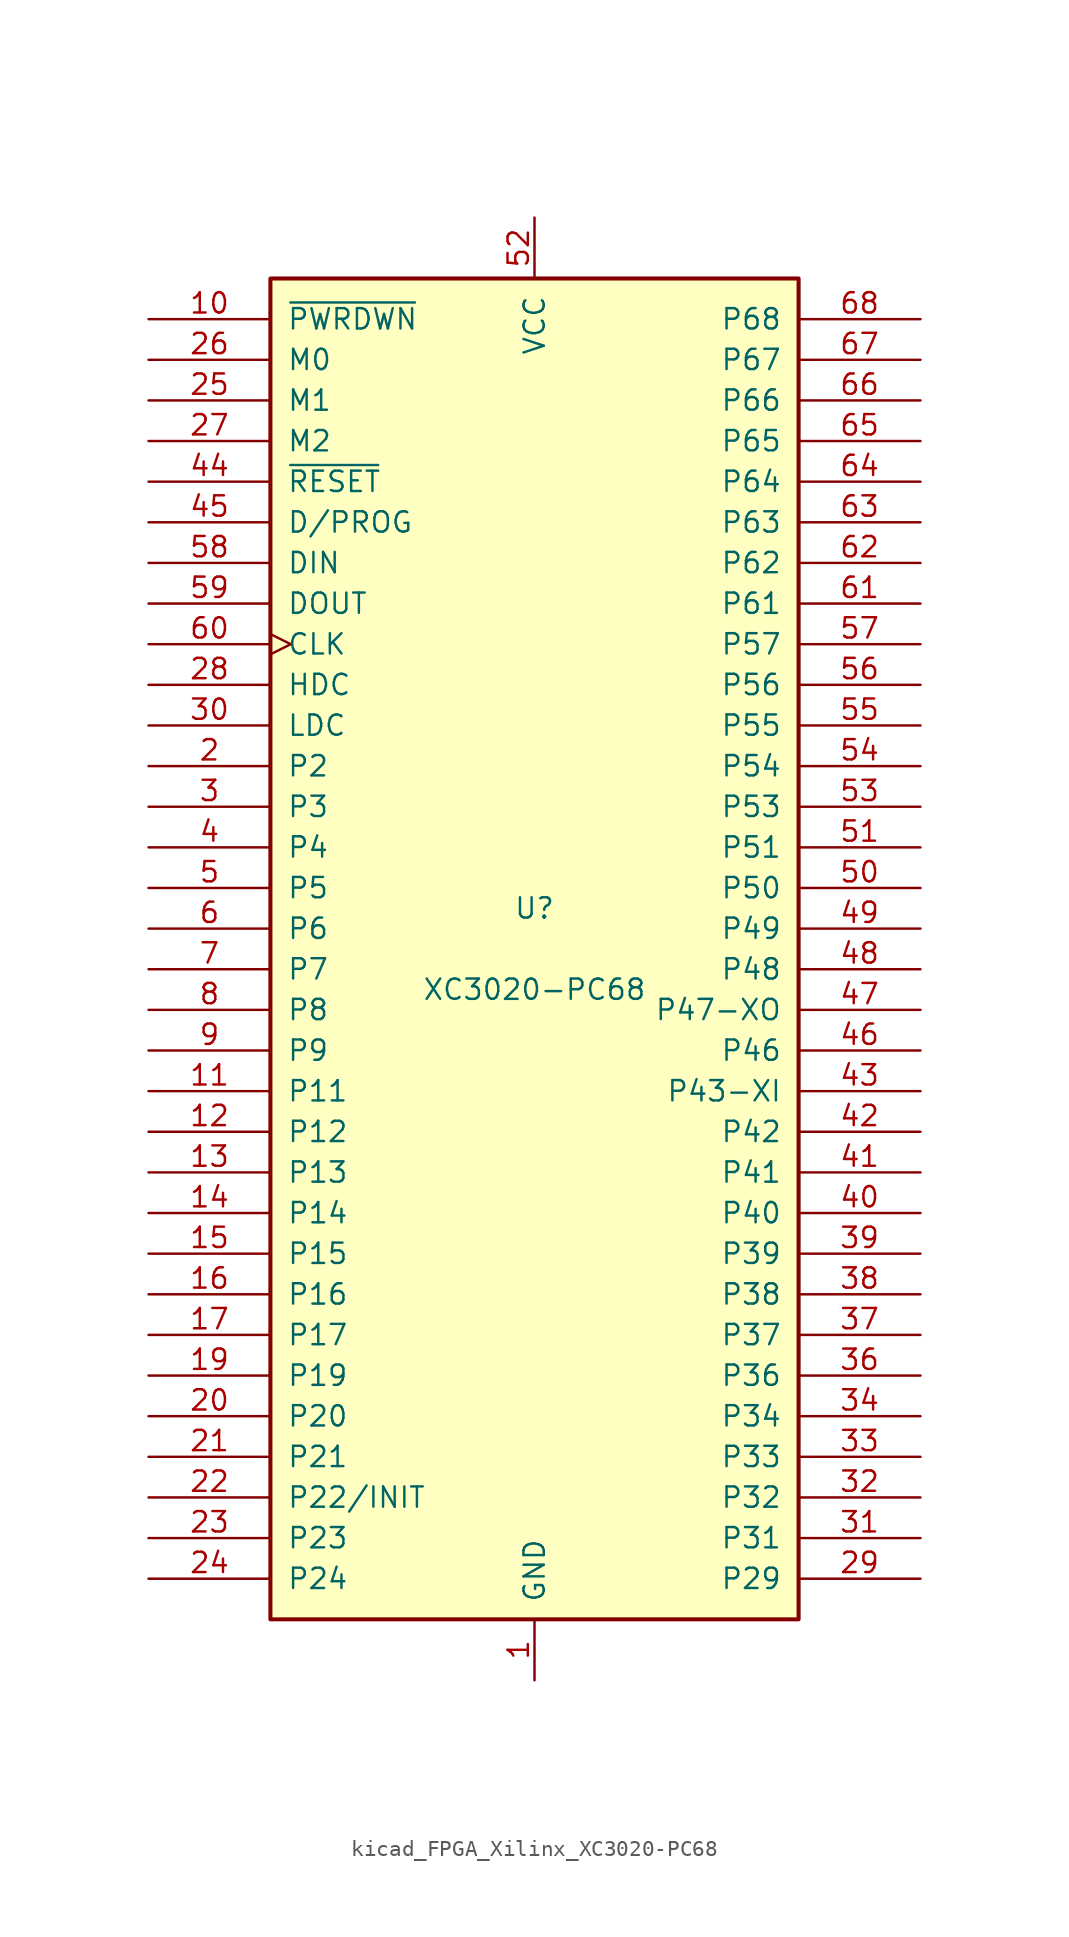
<source format=kicad_sym>
(kicad_symbol_lib
  (version 20220914)
  (generator kicad_symbol_editor)
  (symbol "kicad_FPGA_Xilinx_XC3020-PC68"
    (pin_names
      (offset 1.016))
    (property "Reference" "U"
      (at 0 2.54 0)
      (effects (font (size 1.27 1.27))))
    (property "Value" "XC3020-PC68"
      (at 0 -2.54 0)
      (effects (font (size 1.27 1.27))))
    (symbol "kicad_FPGA_Xilinx_XC3020-PC68_0_1"
      (rectangle (start -16.51 -41.91) (end 16.51 41.91) (stroke (width 0.254) (type default)) (fill (type background))))
    (symbol "kicad_FPGA_Xilinx_XC3020-PC68_1_1"
      (pin power_in line (at 0 -45.72 90) (length 3.81) (name "GND" (effects (font (size 1.27 1.27)))) (number "1" (effects (font (size 1.27 1.27)))))
      (pin input line (at -24.13 39.37 0) (length 7.62) (name "~{PWRDWN}" (effects (font (size 1.27 1.27)))) (number "10" (effects (font (size 1.27 1.27)))))
      (pin passive line (at -24.13 -8.89 0) (length 7.62) (name "P11" (effects (font (size 1.27 1.27)))) (number "11" (effects (font (size 1.27 1.27)))))
      (pin passive line (at -24.13 -11.43 0) (length 7.62) (name "P12" (effects (font (size 1.27 1.27)))) (number "12" (effects (font (size 1.27 1.27)))))
      (pin passive line (at -24.13 -13.97 0) (length 7.62) (name "P13" (effects (font (size 1.27 1.27)))) (number "13" (effects (font (size 1.27 1.27)))))
      (pin passive line (at -24.13 -16.51 0) (length 7.62) (name "P14" (effects (font (size 1.27 1.27)))) (number "14" (effects (font (size 1.27 1.27)))))
      (pin passive line (at -24.13 -19.05 0) (length 7.62) (name "P15" (effects (font (size 1.27 1.27)))) (number "15" (effects (font (size 1.27 1.27)))))
      (pin passive line (at -24.13 -21.59 0) (length 7.62) (name "P16" (effects (font (size 1.27 1.27)))) (number "16" (effects (font (size 1.27 1.27)))))
      (pin passive line (at -24.13 -24.13 0) (length 7.62) (name "P17" (effects (font (size 1.27 1.27)))) (number "17" (effects (font (size 1.27 1.27)))))
      (pin passive line (at 0 45.72 270) (length 3.81) hide (name "VCC" (effects (font (size 1.27 1.27)))) (number "18" (effects (font (size 1.27 1.27)))))
      (pin passive line (at -24.13 -26.67 0) (length 7.62) (name "P19" (effects (font (size 1.27 1.27)))) (number "19" (effects (font (size 1.27 1.27)))))
      (pin passive line (at -24.13 11.43 0) (length 7.62) (name "P2" (effects (font (size 1.27 1.27)))) (number "2" (effects (font (size 1.27 1.27)))))
      (pin passive line (at -24.13 -29.21 0) (length 7.62) (name "P20" (effects (font (size 1.27 1.27)))) (number "20" (effects (font (size 1.27 1.27)))))
      (pin passive line (at -24.13 -31.75 0) (length 7.62) (name "P21" (effects (font (size 1.27 1.27)))) (number "21" (effects (font (size 1.27 1.27)))))
      (pin passive line (at -24.13 -34.29 0) (length 7.62) (name "P22/INIT" (effects (font (size 1.27 1.27)))) (number "22" (effects (font (size 1.27 1.27)))))
      (pin passive line (at -24.13 -36.83 0) (length 7.62) (name "P23" (effects (font (size 1.27 1.27)))) (number "23" (effects (font (size 1.27 1.27)))))
      (pin passive line (at -24.13 -39.37 0) (length 7.62) (name "P24" (effects (font (size 1.27 1.27)))) (number "24" (effects (font (size 1.27 1.27)))))
      (pin input line (at -24.13 34.29 0) (length 7.62) (name "M1" (effects (font (size 1.27 1.27)))) (number "25" (effects (font (size 1.27 1.27)))))
      (pin input line (at -24.13 36.83 0) (length 7.62) (name "M0" (effects (font (size 1.27 1.27)))) (number "26" (effects (font (size 1.27 1.27)))))
      (pin bidirectional line (at -24.13 31.75 0) (length 7.62) (name "M2" (effects (font (size 1.27 1.27)))) (number "27" (effects (font (size 1.27 1.27)))))
      (pin output line (at -24.13 16.51 0) (length 7.62) (name "HDC" (effects (font (size 1.27 1.27)))) (number "28" (effects (font (size 1.27 1.27)))))
      (pin passive line (at 24.13 -39.37 180) (length 7.62) (name "P29" (effects (font (size 1.27 1.27)))) (number "29" (effects (font (size 1.27 1.27)))))
      (pin passive line (at -24.13 8.89 0) (length 7.62) (name "P3" (effects (font (size 1.27 1.27)))) (number "3" (effects (font (size 1.27 1.27)))))
      (pin output line (at -24.13 13.97 0) (length 7.62) (name "LDC" (effects (font (size 1.27 1.27)))) (number "30" (effects (font (size 1.27 1.27)))))
      (pin passive line (at 24.13 -36.83 180) (length 7.62) (name "P31" (effects (font (size 1.27 1.27)))) (number "31" (effects (font (size 1.27 1.27)))))
      (pin passive line (at 24.13 -34.29 180) (length 7.62) (name "P32" (effects (font (size 1.27 1.27)))) (number "32" (effects (font (size 1.27 1.27)))))
      (pin passive line (at 24.13 -31.75 180) (length 7.62) (name "P33" (effects (font (size 1.27 1.27)))) (number "33" (effects (font (size 1.27 1.27)))))
      (pin passive line (at 24.13 -29.21 180) (length 7.62) (name "P34" (effects (font (size 1.27 1.27)))) (number "34" (effects (font (size 1.27 1.27)))))
      (pin passive line (at 0 -45.72 90) (length 3.81) hide (name "GND" (effects (font (size 1.27 1.27)))) (number "35" (effects (font (size 1.27 1.27)))))
      (pin passive line (at 24.13 -26.67 180) (length 7.62) (name "P36" (effects (font (size 1.27 1.27)))) (number "36" (effects (font (size 1.27 1.27)))))
      (pin passive line (at 24.13 -24.13 180) (length 7.62) (name "P37" (effects (font (size 1.27 1.27)))) (number "37" (effects (font (size 1.27 1.27)))))
      (pin passive line (at 24.13 -21.59 180) (length 7.62) (name "P38" (effects (font (size 1.27 1.27)))) (number "38" (effects (font (size 1.27 1.27)))))
      (pin passive line (at 24.13 -19.05 180) (length 7.62) (name "P39" (effects (font (size 1.27 1.27)))) (number "39" (effects (font (size 1.27 1.27)))))
      (pin passive line (at -24.13 6.35 0) (length 7.62) (name "P4" (effects (font (size 1.27 1.27)))) (number "4" (effects (font (size 1.27 1.27)))))
      (pin passive line (at 24.13 -16.51 180) (length 7.62) (name "P40" (effects (font (size 1.27 1.27)))) (number "40" (effects (font (size 1.27 1.27)))))
      (pin passive line (at 24.13 -13.97 180) (length 7.62) (name "P41" (effects (font (size 1.27 1.27)))) (number "41" (effects (font (size 1.27 1.27)))))
      (pin passive line (at 24.13 -11.43 180) (length 7.62) (name "P42" (effects (font (size 1.27 1.27)))) (number "42" (effects (font (size 1.27 1.27)))))
      (pin passive line (at 24.13 -8.89 180) (length 7.62) (name "P43-XI" (effects (font (size 1.27 1.27)))) (number "43" (effects (font (size 1.27 1.27)))))
      (pin input line (at -24.13 29.21 0) (length 7.62) (name "~{RESET}" (effects (font (size 1.27 1.27)))) (number "44" (effects (font (size 1.27 1.27)))))
      (pin bidirectional line (at -24.13 26.67 0) (length 7.62) (name "D/PROG" (effects (font (size 1.27 1.27)))) (number "45" (effects (font (size 1.27 1.27)))))
      (pin passive line (at 24.13 -6.35 180) (length 7.62) (name "P46" (effects (font (size 1.27 1.27)))) (number "46" (effects (font (size 1.27 1.27)))))
      (pin passive line (at 24.13 -3.81 180) (length 7.62) (name "P47-XO" (effects (font (size 1.27 1.27)))) (number "47" (effects (font (size 1.27 1.27)))))
      (pin passive line (at 24.13 -1.27 180) (length 7.62) (name "P48" (effects (font (size 1.27 1.27)))) (number "48" (effects (font (size 1.27 1.27)))))
      (pin passive line (at 24.13 1.27 180) (length 7.62) (name "P49" (effects (font (size 1.27 1.27)))) (number "49" (effects (font (size 1.27 1.27)))))
      (pin passive line (at -24.13 3.81 0) (length 7.62) (name "P5" (effects (font (size 1.27 1.27)))) (number "5" (effects (font (size 1.27 1.27)))))
      (pin passive line (at 24.13 3.81 180) (length 7.62) (name "P50" (effects (font (size 1.27 1.27)))) (number "50" (effects (font (size 1.27 1.27)))))
      (pin passive line (at 24.13 6.35 180) (length 7.62) (name "P51" (effects (font (size 1.27 1.27)))) (number "51" (effects (font (size 1.27 1.27)))))
      (pin power_in line (at 0 45.72 270) (length 3.81) (name "VCC" (effects (font (size 1.27 1.27)))) (number "52" (effects (font (size 1.27 1.27)))))
      (pin passive line (at 24.13 8.89 180) (length 7.62) (name "P53" (effects (font (size 1.27 1.27)))) (number "53" (effects (font (size 1.27 1.27)))))
      (pin passive line (at 24.13 11.43 180) (length 7.62) (name "P54" (effects (font (size 1.27 1.27)))) (number "54" (effects (font (size 1.27 1.27)))))
      (pin passive line (at 24.13 13.97 180) (length 7.62) (name "P55" (effects (font (size 1.27 1.27)))) (number "55" (effects (font (size 1.27 1.27)))))
      (pin passive line (at 24.13 16.51 180) (length 7.62) (name "P56" (effects (font (size 1.27 1.27)))) (number "56" (effects (font (size 1.27 1.27)))))
      (pin passive line (at 24.13 19.05 180) (length 7.62) (name "P57" (effects (font (size 1.27 1.27)))) (number "57" (effects (font (size 1.27 1.27)))))
      (pin bidirectional line (at -24.13 24.13 0) (length 7.62) (name "DIN" (effects (font (size 1.27 1.27)))) (number "58" (effects (font (size 1.27 1.27)))))
      (pin bidirectional line (at -24.13 21.59 0) (length 7.62) (name "DOUT" (effects (font (size 1.27 1.27)))) (number "59" (effects (font (size 1.27 1.27)))))
      (pin passive line (at -24.13 1.27 0) (length 7.62) (name "P6" (effects (font (size 1.27 1.27)))) (number "6" (effects (font (size 1.27 1.27)))))
      (pin input clock (at -24.13 19.05 0) (length 7.62) (name "CLK" (effects (font (size 1.27 1.27)))) (number "60" (effects (font (size 1.27 1.27)))))
      (pin passive line (at 24.13 21.59 180) (length 7.62) (name "P61" (effects (font (size 1.27 1.27)))) (number "61" (effects (font (size 1.27 1.27)))))
      (pin passive line (at 24.13 24.13 180) (length 7.62) (name "P62" (effects (font (size 1.27 1.27)))) (number "62" (effects (font (size 1.27 1.27)))))
      (pin passive line (at 24.13 26.67 180) (length 7.62) (name "P63" (effects (font (size 1.27 1.27)))) (number "63" (effects (font (size 1.27 1.27)))))
      (pin passive line (at 24.13 29.21 180) (length 7.62) (name "P64" (effects (font (size 1.27 1.27)))) (number "64" (effects (font (size 1.27 1.27)))))
      (pin passive line (at 24.13 31.75 180) (length 7.62) (name "P65" (effects (font (size 1.27 1.27)))) (number "65" (effects (font (size 1.27 1.27)))))
      (pin passive line (at 24.13 34.29 180) (length 7.62) (name "P66" (effects (font (size 1.27 1.27)))) (number "66" (effects (font (size 1.27 1.27)))))
      (pin passive line (at 24.13 36.83 180) (length 7.62) (name "P67" (effects (font (size 1.27 1.27)))) (number "67" (effects (font (size 1.27 1.27)))))
      (pin passive line (at 24.13 39.37 180) (length 7.62) (name "P68" (effects (font (size 1.27 1.27)))) (number "68" (effects (font (size 1.27 1.27)))))
      (pin passive line (at -24.13 -1.27 0) (length 7.62) (name "P7" (effects (font (size 1.27 1.27)))) (number "7" (effects (font (size 1.27 1.27)))))
      (pin passive line (at -24.13 -3.81 0) (length 7.62) (name "P8" (effects (font (size 1.27 1.27)))) (number "8" (effects (font (size 1.27 1.27)))))
      (pin passive line (at -24.13 -6.35 0) (length 7.62) (name "P9" (effects (font (size 1.27 1.27)))) (number "9" (effects (font (size 1.27 1.27))))))))
</source>
